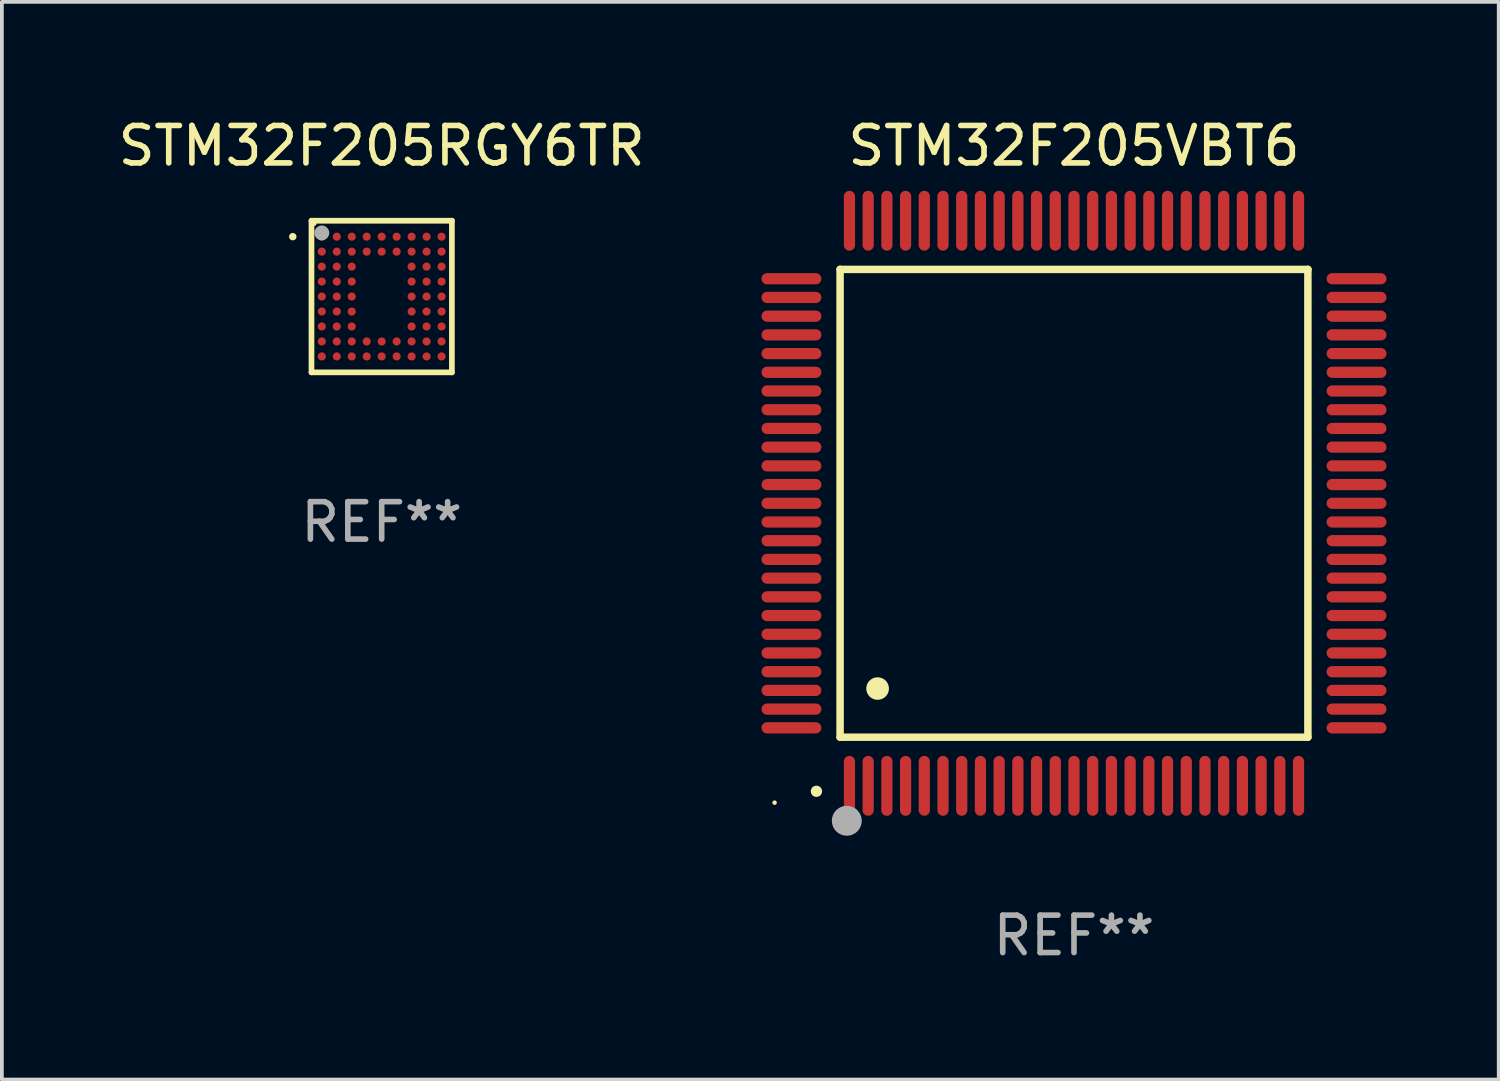
<source format=kicad_pcb>
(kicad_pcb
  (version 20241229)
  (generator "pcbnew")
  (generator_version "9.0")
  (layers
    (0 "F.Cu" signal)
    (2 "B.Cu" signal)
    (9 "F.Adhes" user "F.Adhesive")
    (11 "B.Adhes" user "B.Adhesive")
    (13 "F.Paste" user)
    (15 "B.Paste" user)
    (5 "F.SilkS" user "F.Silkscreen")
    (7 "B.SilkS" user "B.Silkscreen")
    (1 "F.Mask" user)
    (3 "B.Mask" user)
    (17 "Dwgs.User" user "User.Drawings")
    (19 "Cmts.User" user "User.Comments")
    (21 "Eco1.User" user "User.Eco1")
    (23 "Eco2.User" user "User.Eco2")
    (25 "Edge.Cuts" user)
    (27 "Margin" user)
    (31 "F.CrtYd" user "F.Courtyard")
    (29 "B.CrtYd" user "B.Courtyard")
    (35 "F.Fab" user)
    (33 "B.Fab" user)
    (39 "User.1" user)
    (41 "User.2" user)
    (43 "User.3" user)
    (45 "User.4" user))
  (footprint "STM32F205VBT6"
    (layer "F.Cu")
    (at 25.648 10.398)
    (property "Reference" "STM32F205VBT6" (at 0 -9.55 0) (layer "F.SilkS") (effects (font (size 1 1) (thickness 0.15))))
    (attr through_hole)
    (fp_line (start -6.25 -6.25) (end -6.25 6.25) (stroke (width 0.2) (type solid)) (layer "F.SilkS"))
    (fp_line (start -6.25 6.25) (end 6.25 6.25) (stroke (width 0.2) (type solid)) (layer "F.SilkS"))
    (fp_line (start 6.25 -6.25) (end -6.25 -6.25) (stroke (width 0.2) (type solid)) (layer "F.SilkS"))
    (fp_line (start 6.25 6.25) (end 6.25 -6.25) (stroke (width 0.2) (type solid)) (layer "F.SilkS"))
    (fp_arc (start -6.883414 7.696215) (mid -6.882144 7.69621) (end -6.880874 7.696215) (stroke (width 0.3) (type solid)) (layer "F.SilkS"))
    (fp_arc (start -5.250191 4.95047) (mid -5.247651 4.950459) (end -5.245111 4.95047) (stroke (width 0.6) (type solid)) (layer "F.SilkS"))
    (fp_circle (center -8 8) (end -7.97 8) (stroke (width 0.06) (type solid)) (fill no) (layer "F.SilkS"))
    (fp_circle (center -6.071 8.484) (end -5.871 8.484) (stroke (width 0.4) (type solid)) (fill no) (layer "F.Fab"))
    (fp_text user "REF**" (at 0 11.55 0) (layer "F.Fab") (effects (font (size 1 1) (thickness 0.15))))
    (pad "1" smd oval (at -6 7.55) (size 0.3 1.6) (layers "F.Cu" "F.Mask" "F.Paste"))
    (pad "2" smd oval (at -5.5 7.55) (size 0.3 1.6) (layers "F.Cu" "F.Mask" "F.Paste"))
    (pad "3" smd oval (at -5 7.55) (size 0.3 1.6) (layers "F.Cu" "F.Mask" "F.Paste"))
    (pad "4" smd oval (at -4.5 7.55) (size 0.3 1.6) (layers "F.Cu" "F.Mask" "F.Paste"))
    (pad "5" smd oval (at -4 7.55) (size 0.3 1.6) (layers "F.Cu" "F.Mask" "F.Paste"))
    (pad "6" smd oval (at -3.5 7.55) (size 0.3 1.6) (layers "F.Cu" "F.Mask" "F.Paste"))
    (pad "7" smd oval (at -3 7.55) (size 0.3 1.6) (layers "F.Cu" "F.Mask" "F.Paste"))
    (pad "8" smd oval (at -2.5 7.55) (size 0.3 1.6) (layers "F.Cu" "F.Mask" "F.Paste"))
    (pad "9" smd oval (at -2 7.55) (size 0.3 1.6) (layers "F.Cu" "F.Mask" "F.Paste"))
    (pad "10" smd oval (at -1.5 7.55) (size 0.3 1.6) (layers "F.Cu" "F.Mask" "F.Paste"))
    (pad "11" smd oval (at -1 7.55) (size 0.3 1.6) (layers "F.Cu" "F.Mask" "F.Paste"))
    (pad "12" smd oval (at -0.5 7.55) (size 0.3 1.6) (layers "F.Cu" "F.Mask" "F.Paste"))
    (pad "13" smd oval (at 0 7.55) (size 0.3 1.6) (layers "F.Cu" "F.Mask" "F.Paste"))
    (pad "14" smd oval (at 0.5 7.55) (size 0.3 1.6) (layers "F.Cu" "F.Mask" "F.Paste"))
    (pad "15" smd oval (at 1 7.55) (size 0.3 1.6) (layers "F.Cu" "F.Mask" "F.Paste"))
    (pad "16" smd oval (at 1.5 7.55) (size 0.3 1.6) (layers "F.Cu" "F.Mask" "F.Paste"))
    (pad "17" smd oval (at 2 7.55) (size 0.3 1.6) (layers "F.Cu" "F.Mask" "F.Paste"))
    (pad "18" smd oval (at 2.5 7.55) (size 0.3 1.6) (layers "F.Cu" "F.Mask" "F.Paste"))
    (pad "19" smd oval (at 3 7.55) (size 0.3 1.6) (layers "F.Cu" "F.Mask" "F.Paste"))
    (pad "20" smd oval (at 3.5 7.55) (size 0.3 1.6) (layers "F.Cu" "F.Mask" "F.Paste"))
    (pad "21" smd oval (at 4 7.55) (size 0.3 1.6) (layers "F.Cu" "F.Mask" "F.Paste"))
    (pad "22" smd oval (at 4.5 7.55) (size 0.3 1.6) (layers "F.Cu" "F.Mask" "F.Paste"))
    (pad "23" smd oval (at 5 7.55) (size 0.3 1.6) (layers "F.Cu" "F.Mask" "F.Paste"))
    (pad "24" smd oval (at 5.5 7.55) (size 0.3 1.6) (layers "F.Cu" "F.Mask" "F.Paste"))
    (pad "25" smd oval (at 6 7.55) (size 0.3 1.6) (layers "F.Cu" "F.Mask" "F.Paste"))
    (pad "26" smd oval (at 7.55 6) (size 1.6 0.3) (layers "F.Cu" "F.Mask" "F.Paste"))
    (pad "27" smd oval (at 7.55 5.5) (size 1.6 0.3) (layers "F.Cu" "F.Mask" "F.Paste"))
    (pad "28" smd oval (at 7.55 5) (size 1.6 0.3) (layers "F.Cu" "F.Mask" "F.Paste"))
    (pad "29" smd oval (at 7.55 4.5) (size 1.6 0.3) (layers "F.Cu" "F.Mask" "F.Paste"))
    (pad "30" smd oval (at 7.55 4) (size 1.6 0.3) (layers "F.Cu" "F.Mask" "F.Paste"))
    (pad "31" smd oval (at 7.55 3.5) (size 1.6 0.3) (layers "F.Cu" "F.Mask" "F.Paste"))
    (pad "32" smd oval (at 7.55 3) (size 1.6 0.3) (layers "F.Cu" "F.Mask" "F.Paste"))
    (pad "33" smd oval (at 7.55 2.5) (size 1.6 0.3) (layers "F.Cu" "F.Mask" "F.Paste"))
    (pad "34" smd oval (at 7.55 2) (size 1.6 0.3) (layers "F.Cu" "F.Mask" "F.Paste"))
    (pad "35" smd oval (at 7.55 1.5) (size 1.6 0.3) (layers "F.Cu" "F.Mask" "F.Paste"))
    (pad "36" smd oval (at 7.55 1) (size 1.6 0.3) (layers "F.Cu" "F.Mask" "F.Paste"))
    (pad "37" smd oval (at 7.55 0.5) (size 1.6 0.3) (layers "F.Cu" "F.Mask" "F.Paste"))
    (pad "38" smd oval (at 7.55 0) (size 1.6 0.3) (layers "F.Cu" "F.Mask" "F.Paste"))
    (pad "39" smd oval (at 7.55 -0.5) (size 1.6 0.3) (layers "F.Cu" "F.Mask" "F.Paste"))
    (pad "40" smd oval (at 7.55 -1) (size 1.6 0.3) (layers "F.Cu" "F.Mask" "F.Paste"))
    (pad "41" smd oval (at 7.55 -1.5) (size 1.6 0.3) (layers "F.Cu" "F.Mask" "F.Paste"))
    (pad "42" smd oval (at 7.55 -2) (size 1.6 0.3) (layers "F.Cu" "F.Mask" "F.Paste"))
    (pad "43" smd oval (at 7.55 -2.5) (size 1.6 0.3) (layers "F.Cu" "F.Mask" "F.Paste"))
    (pad "44" smd oval (at 7.55 -3) (size 1.6 0.3) (layers "F.Cu" "F.Mask" "F.Paste"))
    (pad "45" smd oval (at 7.55 -3.5) (size 1.6 0.3) (layers "F.Cu" "F.Mask" "F.Paste"))
    (pad "46" smd oval (at 7.55 -4) (size 1.6 0.3) (layers "F.Cu" "F.Mask" "F.Paste"))
    (pad "47" smd oval (at 7.55 -4.5) (size 1.6 0.3) (layers "F.Cu" "F.Mask" "F.Paste"))
    (pad "48" smd oval (at 7.55 -5) (size 1.6 0.3) (layers "F.Cu" "F.Mask" "F.Paste"))
    (pad "49" smd oval (at 7.55 -5.5) (size 1.6 0.3) (layers "F.Cu" "F.Mask" "F.Paste"))
    (pad "50" smd oval (at 7.55 -6) (size 1.6 0.3) (layers "F.Cu" "F.Mask" "F.Paste"))
    (pad "51" smd oval (at 6 -7.55) (size 0.3 1.6) (layers "F.Cu" "F.Mask" "F.Paste"))
    (pad "52" smd oval (at 5.5 -7.55) (size 0.3 1.6) (layers "F.Cu" "F.Mask" "F.Paste"))
    (pad "53" smd oval (at 5 -7.55) (size 0.3 1.6) (layers "F.Cu" "F.Mask" "F.Paste"))
    (pad "54" smd oval (at 4.5 -7.55) (size 0.3 1.6) (layers "F.Cu" "F.Mask" "F.Paste"))
    (pad "55" smd oval (at 4 -7.55) (size 0.3 1.6) (layers "F.Cu" "F.Mask" "F.Paste"))
    (pad "56" smd oval (at 3.5 -7.55) (size 0.3 1.6) (layers "F.Cu" "F.Mask" "F.Paste"))
    (pad "57" smd oval (at 3 -7.55) (size 0.3 1.6) (layers "F.Cu" "F.Mask" "F.Paste"))
    (pad "58" smd oval (at 2.5 -7.55) (size 0.3 1.6) (layers "F.Cu" "F.Mask" "F.Paste"))
    (pad "59" smd oval (at 2 -7.55) (size 0.3 1.6) (layers "F.Cu" "F.Mask" "F.Paste"))
    (pad "60" smd oval (at 1.5 -7.55) (size 0.3 1.6) (layers "F.Cu" "F.Mask" "F.Paste"))
    (pad "61" smd oval (at 1 -7.55) (size 0.3 1.6) (layers "F.Cu" "F.Mask" "F.Paste"))
    (pad "62" smd oval (at 0.5 -7.55) (size 0.3 1.6) (layers "F.Cu" "F.Mask" "F.Paste"))
    (pad "63" smd oval (at 0 -7.55) (size 0.3 1.6) (layers "F.Cu" "F.Mask" "F.Paste"))
    (pad "64" smd oval (at -0.5 -7.55) (size 0.3 1.6) (layers "F.Cu" "F.Mask" "F.Paste"))
    (pad "65" smd oval (at -1 -7.55) (size 0.3 1.6) (layers "F.Cu" "F.Mask" "F.Paste"))
    (pad "66" smd oval (at -1.5 -7.55) (size 0.3 1.6) (layers "F.Cu" "F.Mask" "F.Paste"))
    (pad "67" smd oval (at -2 -7.55) (size 0.3 1.6) (layers "F.Cu" "F.Mask" "F.Paste"))
    (pad "68" smd oval (at -2.5 -7.55) (size 0.3 1.6) (layers "F.Cu" "F.Mask" "F.Paste"))
    (pad "69" smd oval (at -3 -7.55) (size 0.3 1.6) (layers "F.Cu" "F.Mask" "F.Paste"))
    (pad "70" smd oval (at -3.5 -7.55) (size 0.3 1.6) (layers "F.Cu" "F.Mask" "F.Paste"))
    (pad "71" smd oval (at -4 -7.55) (size 0.3 1.6) (layers "F.Cu" "F.Mask" "F.Paste"))
    (pad "72" smd oval (at -4.5 -7.55) (size 0.3 1.6) (layers "F.Cu" "F.Mask" "F.Paste"))
    (pad "73" smd oval (at -5 -7.55) (size 0.3 1.6) (layers "F.Cu" "F.Mask" "F.Paste"))
    (pad "74" smd oval (at -5.5 -7.55) (size 0.3 1.6) (layers "F.Cu" "F.Mask" "F.Paste"))
    (pad "75" smd oval (at -6 -7.55) (size 0.3 1.6) (layers "F.Cu" "F.Mask" "F.Paste"))
    (pad "76" smd oval (at -7.55 -6) (size 1.6 0.3) (layers "F.Cu" "F.Mask" "F.Paste"))
    (pad "77" smd oval (at -7.55 -5.5) (size 1.6 0.3) (layers "F.Cu" "F.Mask" "F.Paste"))
    (pad "78" smd oval (at -7.55 -5) (size 1.6 0.3) (layers "F.Cu" "F.Mask" "F.Paste"))
    (pad "79" smd oval (at -7.55 -4.5) (size 1.6 0.3) (layers "F.Cu" "F.Mask" "F.Paste"))
    (pad "80" smd oval (at -7.55 -4) (size 1.6 0.3) (layers "F.Cu" "F.Mask" "F.Paste"))
    (pad "81" smd oval (at -7.55 -3.5) (size 1.6 0.3) (layers "F.Cu" "F.Mask" "F.Paste"))
    (pad "82" smd oval (at -7.55 -3) (size 1.6 0.3) (layers "F.Cu" "F.Mask" "F.Paste"))
    (pad "83" smd oval (at -7.55 -2.5) (size 1.6 0.3) (layers "F.Cu" "F.Mask" "F.Paste"))
    (pad "84" smd oval (at -7.55 -2) (size 1.6 0.3) (layers "F.Cu" "F.Mask" "F.Paste"))
    (pad "85" smd oval (at -7.55 -1.5) (size 1.6 0.3) (layers "F.Cu" "F.Mask" "F.Paste"))
    (pad "86" smd oval (at -7.55 -1) (size 1.6 0.3) (layers "F.Cu" "F.Mask" "F.Paste"))
    (pad "87" smd oval (at -7.55 -0.5) (size 1.6 0.3) (layers "F.Cu" "F.Mask" "F.Paste"))
    (pad "88" smd oval (at -7.55 0) (size 1.6 0.3) (layers "F.Cu" "F.Mask" "F.Paste"))
    (pad "89" smd oval (at -7.55 0.5) (size 1.6 0.3) (layers "F.Cu" "F.Mask" "F.Paste"))
    (pad "90" smd oval (at -7.55 1) (size 1.6 0.3) (layers "F.Cu" "F.Mask" "F.Paste"))
    (pad "91" smd oval (at -7.55 1.5) (size 1.6 0.3) (layers "F.Cu" "F.Mask" "F.Paste"))
    (pad "92" smd oval (at -7.55 2) (size 1.6 0.3) (layers "F.Cu" "F.Mask" "F.Paste"))
    (pad "93" smd oval (at -7.55 2.5) (size 1.6 0.3) (layers "F.Cu" "F.Mask" "F.Paste"))
    (pad "94" smd oval (at -7.55 3) (size 1.6 0.3) (layers "F.Cu" "F.Mask" "F.Paste"))
    (pad "95" smd oval (at -7.55 3.5) (size 1.6 0.3) (layers "F.Cu" "F.Mask" "F.Paste"))
    (pad "96" smd oval (at -7.55 4) (size 1.6 0.3) (layers "F.Cu" "F.Mask" "F.Paste"))
    (pad "97" smd oval (at -7.55 4.5) (size 1.6 0.3) (layers "F.Cu" "F.Mask" "F.Paste"))
    (pad "98" smd oval (at -7.55 5) (size 1.6 0.3) (layers "F.Cu" "F.Mask" "F.Paste"))
    (pad "99" smd oval (at -7.55 5.5) (size 1.6 0.3) (layers "F.Cu" "F.Mask" "F.Paste"))
    (pad "100" smd oval (at -7.55 6) (size 1.6 0.3) (layers "F.Cu" "F.Mask" "F.Paste")))
  (footprint "STM32F205RGY6TR"
    (layer "F.Cu")
    (at 7.149 4.874)
    (property "Reference" "STM32F205RGY6TR" (at 0 -4.026 0) (layer "F.SilkS") (effects (font (size 1 1) (thickness 0.15))))
    (attr through_hole)
    (fp_line (start -1.876 -2.026) (end 1.876 -2.026) (stroke (width 0.152) (type solid)) (layer "F.SilkS"))
    (fp_line (start -1.876 2.026) (end -1.876 -2.026) (stroke (width 0.152) (type solid)) (layer "F.SilkS"))
    (fp_line (start 1.876 -2.026) (end 1.876 2.026) (stroke (width 0.152) (type solid)) (layer "F.SilkS"))
    (fp_line (start 1.876 2.026) (end -1.876 2.026) (stroke (width 0.152) (type solid)) (layer "F.SilkS"))
    (fp_circle (center -2.376 -1.6) (end -2.326 -1.6) (stroke (width 0.1) (type solid)) (fill no) (layer "F.SilkS"))
    (fp_circle (center -1.8 -1.95) (end -1.77 -1.95) (stroke (width 0.06) (type solid)) (fill no) (layer "F.SilkS"))
    (fp_circle (center -1.6 -1.7) (end -1.5 -1.7) (stroke (width 0.2) (type solid)) (fill no) (layer "F.Fab"))
    (fp_text user "REF**" (at 0 6.026 0) (layer "F.Fab") (effects (font (size 1 1) (thickness 0.15))))
    (pad "A1" smd circle (at -1.6 -1.6) (size 0.216 0.216) (layers "F.Cu" "F.Mask" "F.Paste"))
    (pad "A2" smd circle (at -1.2 -1.6) (size 0.216 0.216) (layers "F.Cu" "F.Mask" "F.Paste"))
    (pad "A3" smd circle (at -0.8 -1.6) (size 0.216 0.216) (layers "F.Cu" "F.Mask" "F.Paste"))
    (pad "A4" smd circle (at -0.4 -1.6) (size 0.216 0.216) (layers "F.Cu" "F.Mask" "F.Paste"))
    (pad "A5" smd circle (at 0 -1.6) (size 0.216 0.216) (layers "F.Cu" "F.Mask" "F.Paste"))
    (pad "A6" smd circle (at 0.4 -1.6) (size 0.216 0.216) (layers "F.Cu" "F.Mask" "F.Paste"))
    (pad "A7" smd circle (at 0.8 -1.6) (size 0.216 0.216) (layers "F.Cu" "F.Mask" "F.Paste"))
    (pad "A8" smd circle (at 1.2 -1.6) (size 0.216 0.216) (layers "F.Cu" "F.Mask" "F.Paste"))
    (pad "A9" smd circle (at 1.6 -1.6) (size 0.216 0.216) (layers "F.Cu" "F.Mask" "F.Paste"))
    (pad "B1" smd circle (at -1.6 -1.2) (size 0.216 0.216) (layers "F.Cu" "F.Mask" "F.Paste"))
    (pad "B2" smd circle (at -1.2 -1.2) (size 0.216 0.216) (layers "F.Cu" "F.Mask" "F.Paste"))
    (pad "B3" smd circle (at -0.8 -1.2) (size 0.216 0.216) (layers "F.Cu" "F.Mask" "F.Paste"))
    (pad "B4" smd circle (at -0.4 -1.2) (size 0.216 0.216) (layers "F.Cu" "F.Mask" "F.Paste"))
    (pad "B5" smd circle (at 0 -1.2) (size 0.216 0.216) (layers "F.Cu" "F.Mask" "F.Paste"))
    (pad "B6" smd circle (at 0.4 -1.2) (size 0.216 0.216) (layers "F.Cu" "F.Mask" "F.Paste"))
    (pad "B7" smd circle (at 0.8 -1.2) (size 0.216 0.216) (layers "F.Cu" "F.Mask" "F.Paste"))
    (pad "B8" smd circle (at 1.2 -1.2) (size 0.216 0.216) (layers "F.Cu" "F.Mask" "F.Paste"))
    (pad "B9" smd circle (at 1.6 -1.2) (size 0.216 0.216) (layers "F.Cu" "F.Mask" "F.Paste"))
    (pad "C1" smd circle (at -1.6 -0.8) (size 0.216 0.216) (layers "F.Cu" "F.Mask" "F.Paste"))
    (pad "C2" smd circle (at -1.2 -0.8) (size 0.216 0.216) (layers "F.Cu" "F.Mask" "F.Paste"))
    (pad "C3" smd circle (at -0.8 -0.8) (size 0.216 0.216) (layers "F.Cu" "F.Mask" "F.Paste"))
    (pad "C7" smd circle (at 0.8 -0.8) (size 0.216 0.216) (layers "F.Cu" "F.Mask" "F.Paste"))
    (pad "C8" smd circle (at 1.2 -0.8) (size 0.216 0.216) (layers "F.Cu" "F.Mask" "F.Paste"))
    (pad "C9" smd circle (at 1.6 -0.8) (size 0.216 0.216) (layers "F.Cu" "F.Mask" "F.Paste"))
    (pad "D1" smd circle (at -1.6 -0.4) (size 0.216 0.216) (layers "F.Cu" "F.Mask" "F.Paste"))
    (pad "D2" smd circle (at -1.2 -0.4) (size 0.216 0.216) (layers "F.Cu" "F.Mask" "F.Paste"))
    (pad "D3" smd circle (at -0.8 -0.4) (size 0.216 0.216) (layers "F.Cu" "F.Mask" "F.Paste"))
    (pad "D7" smd circle (at 0.8 -0.4) (size 0.216 0.216) (layers "F.Cu" "F.Mask" "F.Paste"))
    (pad "D8" smd circle (at 1.2 -0.4) (size 0.216 0.216) (layers "F.Cu" "F.Mask" "F.Paste"))
    (pad "D9" smd circle (at 1.6 -0.4) (size 0.216 0.216) (layers "F.Cu" "F.Mask" "F.Paste"))
    (pad "E1" smd circle (at -1.6 -0.000013) (size 0.216 0.216) (layers "F.Cu" "F.Mask" "F.Paste"))
    (pad "E2" smd circle (at -1.2 -0.000013) (size 0.216 0.216) (layers "F.Cu" "F.Mask" "F.Paste"))
    (pad "E3" smd circle (at -0.8 -0.000013) (size 0.216 0.216) (layers "F.Cu" "F.Mask" "F.Paste"))
    (pad "E7" smd circle (at 0.8 -0.000013) (size 0.216 0.216) (layers "F.Cu" "F.Mask" "F.Paste"))
    (pad "E8" smd circle (at 1.2 -0.000013) (size 0.216 0.216) (layers "F.Cu" "F.Mask" "F.Paste"))
    (pad "E9" smd circle (at 1.6 -0.000013) (size 0.216 0.216) (layers "F.Cu" "F.Mask" "F.Paste"))
    (pad "F1" smd circle (at -1.6 0.4) (size 0.216 0.216) (layers "F.Cu" "F.Mask" "F.Paste"))
    (pad "F2" smd circle (at -1.2 0.4) (size 0.216 0.216) (layers "F.Cu" "F.Mask" "F.Paste"))
    (pad "F3" smd circle (at -0.8 0.4) (size 0.216 0.216) (layers "F.Cu" "F.Mask" "F.Paste"))
    (pad "F7" smd circle (at 0.8 0.4) (size 0.216 0.216) (layers "F.Cu" "F.Mask" "F.Paste"))
    (pad "F8" smd circle (at 1.2 0.4) (size 0.216 0.216) (layers "F.Cu" "F.Mask" "F.Paste"))
    (pad "F9" smd circle (at 1.6 0.4) (size 0.216 0.216) (layers "F.Cu" "F.Mask" "F.Paste"))
    (pad "G1" smd circle (at -1.6 0.8) (size 0.216 0.216) (layers "F.Cu" "F.Mask" "F.Paste"))
    (pad "G2" smd circle (at -1.2 0.8) (size 0.216 0.216) (layers "F.Cu" "F.Mask" "F.Paste"))
    (pad "G3" smd circle (at -0.8 0.8) (size 0.216 0.216) (layers "F.Cu" "F.Mask" "F.Paste"))
    (pad "G7" smd circle (at 0.8 0.8) (size 0.216 0.216) (layers "F.Cu" "F.Mask" "F.Paste"))
    (pad "G8" smd circle (at 1.2 0.8) (size 0.216 0.216) (layers "F.Cu" "F.Mask" "F.Paste"))
    (pad "G9" smd circle (at 1.6 0.8) (size 0.216 0.216) (layers "F.Cu" "F.Mask" "F.Paste"))
    (pad "H1" smd circle (at -1.6 1.2) (size 0.216 0.216) (layers "F.Cu" "F.Mask" "F.Paste"))
    (pad "H2" smd circle (at -1.2 1.2) (size 0.216 0.216) (layers "F.Cu" "F.Mask" "F.Paste"))
    (pad "H3" smd circle (at -0.8 1.2) (size 0.216 0.216) (layers "F.Cu" "F.Mask" "F.Paste"))
    (pad "H4" smd circle (at -0.4 1.2) (size 0.216 0.216) (layers "F.Cu" "F.Mask" "F.Paste"))
    (pad "H5" smd circle (at 0 1.2) (size 0.216 0.216) (layers "F.Cu" "F.Mask" "F.Paste"))
    (pad "H6" smd circle (at 0.4 1.2) (size 0.216 0.216) (layers "F.Cu" "F.Mask" "F.Paste"))
    (pad "H7" smd circle (at 0.8 1.2) (size 0.216 0.216) (layers "F.Cu" "F.Mask" "F.Paste"))
    (pad "H8" smd circle (at 1.2 1.2) (size 0.216 0.216) (layers "F.Cu" "F.Mask" "F.Paste"))
    (pad "H9" smd circle (at 1.6 1.2) (size 0.216 0.216) (layers "F.Cu" "F.Mask" "F.Paste"))
    (pad "J1" smd circle (at -1.6 1.6) (size 0.216 0.216) (layers "F.Cu" "F.Mask" "F.Paste"))
    (pad "J2" smd circle (at -1.2 1.6) (size 0.216 0.216) (layers "F.Cu" "F.Mask" "F.Paste"))
    (pad "J3" smd circle (at -0.8 1.6) (size 0.216 0.216) (layers "F.Cu" "F.Mask" "F.Paste"))
    (pad "J4" smd circle (at -0.4 1.6) (size 0.216 0.216) (layers "F.Cu" "F.Mask" "F.Paste"))
    (pad "J5" smd circle (at 0 1.6) (size 0.216 0.216) (layers "F.Cu" "F.Mask" "F.Paste"))
    (pad "J6" smd circle (at 0.4 1.6) (size 0.216 0.216) (layers "F.Cu" "F.Mask" "F.Paste"))
    (pad "J7" smd circle (at 0.8 1.6) (size 0.216 0.216) (layers "F.Cu" "F.Mask" "F.Paste"))
    (pad "J8" smd circle (at 1.2 1.6) (size 0.216 0.216) (layers "F.Cu" "F.Mask" "F.Paste"))
    (pad "J9" smd circle (at 1.6 1.6) (size 0.216 0.216) (layers "F.Cu" "F.Mask" "F.Paste")))
  (gr_rect
    (start -3 -3)
    (end 36.997 25.796)
    (stroke (width 0.1) (type default))
    (fill no)
    (layer "Edge.Cuts")))
</source>
